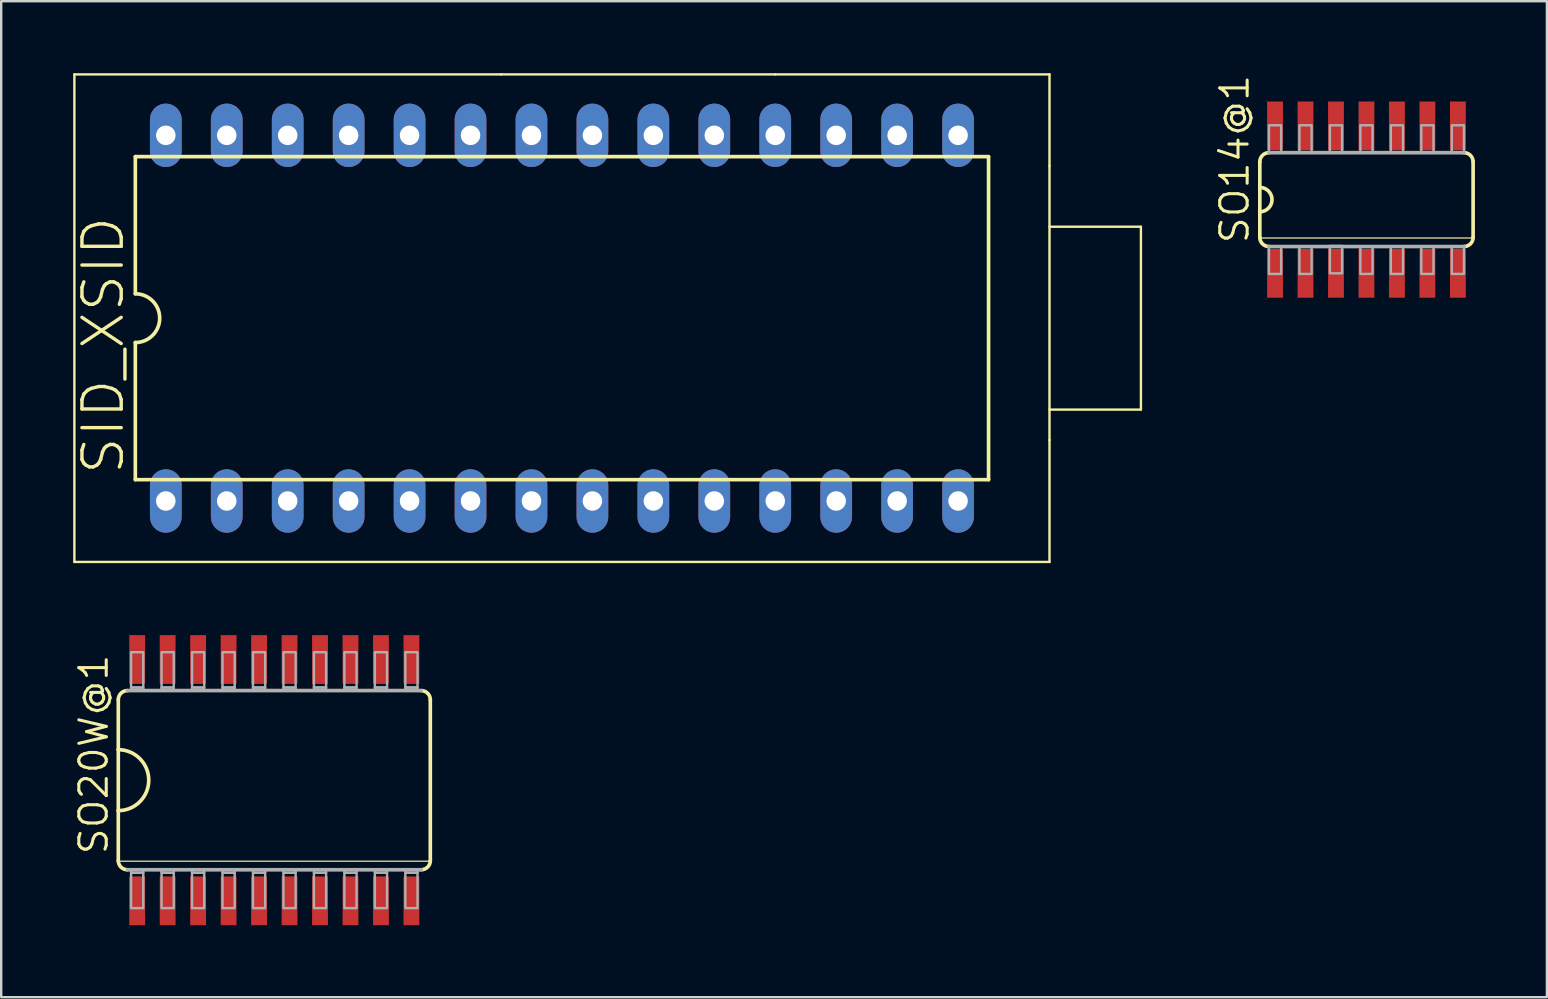
<source format=kicad_pcb>
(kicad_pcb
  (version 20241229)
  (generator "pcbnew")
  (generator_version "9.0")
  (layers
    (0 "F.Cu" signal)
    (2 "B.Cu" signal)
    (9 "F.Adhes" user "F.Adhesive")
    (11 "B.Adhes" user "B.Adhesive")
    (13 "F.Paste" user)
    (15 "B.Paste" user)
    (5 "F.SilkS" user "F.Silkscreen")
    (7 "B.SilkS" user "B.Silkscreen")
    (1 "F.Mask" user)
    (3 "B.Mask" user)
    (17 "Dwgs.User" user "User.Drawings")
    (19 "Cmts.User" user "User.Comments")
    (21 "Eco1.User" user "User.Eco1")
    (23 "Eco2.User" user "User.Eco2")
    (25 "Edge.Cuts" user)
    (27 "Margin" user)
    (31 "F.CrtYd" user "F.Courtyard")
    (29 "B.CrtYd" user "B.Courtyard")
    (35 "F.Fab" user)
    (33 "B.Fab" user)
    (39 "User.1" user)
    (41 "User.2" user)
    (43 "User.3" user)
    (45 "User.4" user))
  (footprint "SO14@1"
    (layer "F.Cu")
    (at 53.9 5.269)
    (property "Reference" "SO14@1" (at -4.826 1.905 90) (layer "F.SilkS") (effects (font (size 1.143 1.143) (thickness 0.127)) (justify left bottom)))
    (fp_line (start -4.445 -1.575) (end -4.445 -0.508) (stroke (width 0.152) (type solid)) (layer "F.SilkS"))
    (fp_line (start -4.445 -0.508) (end -4.445 0.508) (stroke (width 0.152) (type solid)) (layer "F.SilkS"))
    (fp_line (start -4.445 0.508) (end -4.445 1.575) (stroke (width 0.152) (type solid)) (layer "F.SilkS"))
    (fp_line (start -4.445 1.6) (end 4.445 1.6) (stroke (width 0.051) (type solid)) (layer "F.SilkS"))
    (fp_line (start 4.445 1.575) (end 4.445 -1.575) (stroke (width 0.152) (type solid)) (layer "F.SilkS"))
    (fp_arc (start -4.445 -1.5748) (mid -4.333408 -1.844208) (end -4.064 -1.9558) (stroke (width 0.1524) (type solid)) (layer "F.SilkS"))
    (fp_arc (start -4.445 -0.508) (mid -3.937 0) (end -4.445 0.508) (stroke (width 0.1524) (type solid)) (layer "F.SilkS"))
    (fp_arc (start -4.064 1.9558) (mid -4.333408 1.844208) (end -4.445 1.5748) (stroke (width 0.1524) (type solid)) (layer "F.SilkS"))
    (fp_arc (start 4.064 -1.9558) (mid 4.333408 -1.844208) (end 4.445 -1.5748) (stroke (width 0.1524) (type solid)) (layer "F.SilkS"))
    (fp_arc (start 4.445 1.5748) (mid 4.333408 1.844208) (end 4.064 1.9558) (stroke (width 0.1524) (type solid)) (layer "F.SilkS"))
    (fp_line (start -4.064 1.956) (end 4.064 1.956) (stroke (width 0.152) (type solid)) (layer "F.Fab"))
    (fp_line (start 4.064 -1.956) (end -4.064 -1.956) (stroke (width 0.152) (type solid)) (layer "F.Fab"))
    (fp_poly (pts (xy -4.064 -1.956) (xy -3.556 -1.956) (xy -3.556 -3.099) (xy -4.064 -3.099)) (stroke (width 0.1) (type default)) (fill no) (layer "F.Fab"))
    (fp_poly (pts (xy -4.064 3.099) (xy -3.556 3.099) (xy -3.556 1.956) (xy -4.064 1.956)) (stroke (width 0.1) (type default)) (fill no) (layer "F.Fab"))
    (fp_poly (pts (xy -2.794 -1.956) (xy -2.286 -1.956) (xy -2.286 -3.099) (xy -2.794 -3.099)) (stroke (width 0.1) (type default)) (fill no) (layer "F.Fab"))
    (fp_poly (pts (xy -2.794 3.099) (xy -2.286 3.099) (xy -2.286 1.956) (xy -2.794 1.956)) (stroke (width 0.1) (type default)) (fill no) (layer "F.Fab"))
    (fp_poly (pts (xy -1.524 -1.956) (xy -1.016 -1.956) (xy -1.016 -3.099) (xy -1.524 -3.099)) (stroke (width 0.1) (type default)) (fill no) (layer "F.Fab"))
    (fp_poly (pts (xy -1.524 3.073) (xy -1.016 3.073) (xy -1.016 1.93) (xy -1.524 1.93)) (stroke (width 0.1) (type default)) (fill no) (layer "F.Fab"))
    (fp_poly (pts (xy -0.254 -1.956) (xy 0.254 -1.956) (xy 0.254 -3.099) (xy -0.254 -3.099)) (stroke (width 0.1) (type default)) (fill no) (layer "F.Fab"))
    (fp_poly (pts (xy -0.254 3.099) (xy 0.254 3.099) (xy 0.254 1.956) (xy -0.254 1.956)) (stroke (width 0.1) (type default)) (fill no) (layer "F.Fab"))
    (fp_poly (pts (xy 1.016 -1.956) (xy 1.524 -1.956) (xy 1.524 -3.099) (xy 1.016 -3.099)) (stroke (width 0.1) (type default)) (fill no) (layer "F.Fab"))
    (fp_poly (pts (xy 1.016 3.099) (xy 1.524 3.099) (xy 1.524 1.956) (xy 1.016 1.956)) (stroke (width 0.1) (type default)) (fill no) (layer "F.Fab"))
    (fp_poly (pts (xy 2.286 -1.956) (xy 2.794 -1.956) (xy 2.794 -3.099) (xy 2.286 -3.099)) (stroke (width 0.1) (type default)) (fill no) (layer "F.Fab"))
    (fp_poly (pts (xy 2.286 3.099) (xy 2.794 3.099) (xy 2.794 1.956) (xy 2.286 1.956)) (stroke (width 0.1) (type default)) (fill no) (layer "F.Fab"))
    (fp_poly (pts (xy 3.556 -1.956) (xy 4.064 -1.956) (xy 4.064 -3.099) (xy 3.556 -3.099)) (stroke (width 0.1) (type default)) (fill no) (layer "F.Fab"))
    (fp_poly (pts (xy 3.556 3.099) (xy 4.064 3.099) (xy 4.064 1.956) (xy 3.556 1.956)) (stroke (width 0.1) (type default)) (fill no) (layer "F.Fab"))
    (pad "1" smd rect (at -3.81 3.073) (size 0.66 2.032) (layers "F.Cu" "F.Mask" "F.Paste"))
    (pad "2" smd rect (at -2.54 3.073) (size 0.66 2.032) (layers "F.Cu" "F.Mask" "F.Paste"))
    (pad "3" smd rect (at -1.27 3.073) (size 0.66 2.032) (layers "F.Cu" "F.Mask" "F.Paste"))
    (pad "4" smd rect (at 0 3.073) (size 0.66 2.032) (layers "F.Cu" "F.Mask" "F.Paste"))
    (pad "5" smd rect (at 1.27 3.073) (size 0.66 2.032) (layers "F.Cu" "F.Mask" "F.Paste"))
    (pad "6" smd rect (at 2.54 3.073) (size 0.66 2.032) (layers "F.Cu" "F.Mask" "F.Paste"))
    (pad "7" smd rect (at 3.81 3.073) (size 0.66 2.032) (layers "F.Cu" "F.Mask" "F.Paste"))
    (pad "8" smd rect (at 3.81 -3.073) (size 0.66 2.032) (layers "F.Cu" "F.Mask" "F.Paste"))
    (pad "9" smd rect (at 2.54 -3.073) (size 0.66 2.032) (layers "F.Cu" "F.Mask" "F.Paste"))
    (pad "10" smd rect (at 1.27 -3.073) (size 0.66 2.032) (layers "F.Cu" "F.Mask" "F.Paste"))
    (pad "11" smd rect (at 0 -3.073) (size 0.66 2.032) (layers "F.Cu" "F.Mask" "F.Paste"))
    (pad "12" smd rect (at -1.27 -3.073) (size 0.66 2.032) (layers "F.Cu" "F.Mask" "F.Paste"))
    (pad "13" smd rect (at -2.54 -3.073) (size 0.66 2.032) (layers "F.Cu" "F.Mask" "F.Paste"))
    (pad "14" smd rect (at -3.81 -3.073) (size 0.66 2.032) (layers "F.Cu" "F.Mask" "F.Paste")))
  (footprint "SID_XSID"
    (layer "F.Cu")
    (at 17.83 10.21)
    (property "Reference" "SID_XSID" (at -15.621 6.604 90) (layer "F.SilkS") (effects (font (size 1.636 1.636) (thickness 0.142)) (justify left bottom)))
    (fp_line (start -17.78 -10.16) (end -17.78 10.16) (stroke (width 0.1) (type default)) (layer "F.SilkS"))
    (fp_line (start -17.78 10.16) (end 22.86 10.16) (stroke (width 0.1) (type default)) (layer "F.SilkS"))
    (fp_line (start -15.24 -6.731) (end -15.24 -1.016) (stroke (width 0.152) (type solid)) (layer "F.SilkS"))
    (fp_line (start -15.24 6.731) (end -15.24 1.016) (stroke (width 0.152) (type solid)) (layer "F.SilkS"))
    (fp_line (start -15.24 6.731) (end 20.32 6.731) (stroke (width 0.152) (type solid)) (layer "F.SilkS"))
    (fp_line (start 0 -10.16) (end -17.78 -10.16) (stroke (width 0.1) (type default)) (layer "F.SilkS"))
    (fp_line (start 0 -10.16) (end 11.43 -10.16) (stroke (width 0.1) (type default)) (layer "F.SilkS"))
    (fp_line (start 20.32 -6.731) (end -15.24 -6.731) (stroke (width 0.152) (type solid)) (layer "F.SilkS"))
    (fp_line (start 20.32 -6.731) (end 20.32 6.731) (stroke (width 0.152) (type solid)) (layer "F.SilkS"))
    (fp_line (start 22.86 -10.16) (end 11.43 -10.16) (stroke (width 0.1) (type default)) (layer "F.SilkS"))
    (fp_line (start 22.86 -6.35) (end 22.86 -10.16) (stroke (width 0.1) (type default)) (layer "F.SilkS"))
    (fp_line (start 22.86 -6.35) (end 22.86 5.08) (stroke (width 0.1) (type default)) (layer "F.SilkS"))
    (fp_line (start 22.86 10.16) (end 22.86 5.08) (stroke (width 0.1) (type default)) (layer "F.SilkS"))
    (fp_line (start 26.67 -3.81) (end 22.86 -3.81) (stroke (width 0.1) (type default)) (layer "F.SilkS"))
    (fp_line (start 26.67 -3.81) (end 26.67 3.81) (stroke (width 0.1) (type default)) (layer "F.SilkS"))
    (fp_line (start 26.67 3.81) (end 22.86 3.81) (stroke (width 0.1) (type default)) (layer "F.SilkS"))
    (fp_arc (start -15.24 -1.016) (mid -14.224 0) (end -15.24 1.016) (stroke (width 0.1524) (type solid)) (layer "F.SilkS"))
    (pad "1" thru_hole oval (at -13.97 7.62 90) (size 2.642 1.321) (drill 0.813) (layers "*.Cu" "*.Mask"))
    (pad "2" thru_hole oval (at -11.43 7.62 90) (size 2.642 1.321) (drill 0.813) (layers "*.Cu" "*.Mask"))
    (pad "3" thru_hole oval (at -8.89 7.62 90) (size 2.642 1.321) (drill 0.813) (layers "*.Cu" "*.Mask"))
    (pad "4" thru_hole oval (at -6.35 7.62 90) (size 2.642 1.321) (drill 0.813) (layers "*.Cu" "*.Mask"))
    (pad "5" thru_hole oval (at -3.81 7.62 90) (size 2.642 1.321) (drill 0.813) (layers "*.Cu" "*.Mask"))
    (pad "6" thru_hole oval (at -1.27 7.62 90) (size 2.642 1.321) (drill 0.813) (layers "*.Cu" "*.Mask"))
    (pad "7" thru_hole oval (at 1.27 7.62 90) (size 2.642 1.321) (drill 0.813) (layers "*.Cu" "*.Mask"))
    (pad "8" thru_hole oval (at 3.81 7.62 90) (size 2.642 1.321) (drill 0.813) (layers "*.Cu" "*.Mask"))
    (pad "9" thru_hole oval (at 6.35 7.62 90) (size 2.642 1.321) (drill 0.813) (layers "*.Cu" "*.Mask"))
    (pad "10" thru_hole oval (at 8.89 7.62 90) (size 2.642 1.321) (drill 0.813) (layers "*.Cu" "*.Mask"))
    (pad "11" thru_hole oval (at 11.43 7.62 90) (size 2.642 1.321) (drill 0.813) (layers "*.Cu" "*.Mask"))
    (pad "12" thru_hole oval (at 13.97 7.62 90) (size 2.642 1.321) (drill 0.813) (layers "*.Cu" "*.Mask"))
    (pad "13" thru_hole oval (at 16.51 7.62 90) (size 2.642 1.321) (drill 0.813) (layers "*.Cu" "*.Mask"))
    (pad "14" thru_hole oval (at 19.05 7.62 90) (size 2.642 1.321) (drill 0.813) (layers "*.Cu" "*.Mask"))
    (pad "15" thru_hole oval (at 19.05 -7.62 90) (size 2.642 1.321) (drill 0.813) (layers "*.Cu" "*.Mask"))
    (pad "16" thru_hole oval (at 16.51 -7.62 90) (size 2.642 1.321) (drill 0.813) (layers "*.Cu" "*.Mask"))
    (pad "17" thru_hole oval (at 13.97 -7.62 90) (size 2.642 1.321) (drill 0.813) (layers "*.Cu" "*.Mask"))
    (pad "18" thru_hole oval (at 11.43 -7.62 90) (size 2.642 1.321) (drill 0.813) (layers "*.Cu" "*.Mask"))
    (pad "19" thru_hole oval (at 8.89 -7.62 90) (size 2.642 1.321) (drill 0.813) (layers "*.Cu" "*.Mask"))
    (pad "20" thru_hole oval (at 6.35 -7.62 90) (size 2.642 1.321) (drill 0.813) (layers "*.Cu" "*.Mask"))
    (pad "21" thru_hole oval (at 3.81 -7.62 90) (size 2.642 1.321) (drill 0.813) (layers "*.Cu" "*.Mask"))
    (pad "22" thru_hole oval (at 1.27 -7.62 90) (size 2.642 1.321) (drill 0.813) (layers "*.Cu" "*.Mask"))
    (pad "23" thru_hole oval (at -1.27 -7.62 90) (size 2.642 1.321) (drill 0.813) (layers "*.Cu" "*.Mask"))
    (pad "24" thru_hole oval (at -3.81 -7.62 90) (size 2.642 1.321) (drill 0.813) (layers "*.Cu" "*.Mask"))
    (pad "25" thru_hole oval (at -6.35 -7.62 90) (size 2.642 1.321) (drill 0.813) (layers "*.Cu" "*.Mask"))
    (pad "26" thru_hole oval (at -8.89 -7.62 90) (size 2.642 1.321) (drill 0.813) (layers "*.Cu" "*.Mask"))
    (pad "27" thru_hole oval (at -11.43 -7.62 90) (size 2.642 1.321) (drill 0.813) (layers "*.Cu" "*.Mask"))
    (pad "28" thru_hole oval (at -13.97 -7.62 90) (size 2.642 1.321) (drill 0.813) (layers "*.Cu" "*.Mask")))
  (footprint "SO20W@1"
    (layer "F.Cu")
    (at 8.382 29.465)
    (property "Reference" "SO20W@1" (at -6.858 3.175 90) (layer "F.SilkS") (effects (font (size 1.143 1.143) (thickness 0.127)) (justify left bottom)))
    (fp_line (start -6.502 -3.353) (end -6.502 -1.27) (stroke (width 0.152) (type solid)) (layer "F.SilkS"))
    (fp_line (start -6.502 -1.27) (end -6.502 1.27) (stroke (width 0.152) (type solid)) (layer "F.SilkS"))
    (fp_line (start -6.502 1.27) (end -6.502 3.353) (stroke (width 0.152) (type solid)) (layer "F.SilkS"))
    (fp_line (start -6.477 3.378) (end 6.477 3.378) (stroke (width 0.051) (type solid)) (layer "F.SilkS"))
    (fp_line (start 6.502 3.353) (end 6.502 -3.353) (stroke (width 0.152) (type solid)) (layer "F.SilkS"))
    (fp_arc (start -6.5024 -3.3528) (mid -6.390808 -3.622208) (end -6.1214 -3.7338) (stroke (width 0.1524) (type solid)) (layer "F.SilkS"))
    (fp_arc (start -6.5024 -1.27) (mid -5.2324 0) (end -6.5024 1.27) (stroke (width 0.1524) (type solid)) (layer "F.SilkS"))
    (fp_arc (start -6.1214 3.7338) (mid -6.390808 3.622208) (end -6.5024 3.3528) (stroke (width 0.1524) (type solid)) (layer "F.SilkS"))
    (fp_arc (start 6.1214 -3.7338) (mid 6.390808 -3.622208) (end 6.5024 -3.3528) (stroke (width 0.1524) (type solid)) (layer "F.SilkS"))
    (fp_arc (start 6.5024 3.3528) (mid 6.390808 3.622208) (end 6.1214 3.7338) (stroke (width 0.1524) (type solid)) (layer "F.SilkS"))
    (fp_line (start -6.121 3.734) (end 6.121 3.734) (stroke (width 0.152) (type solid)) (layer "F.Fab"))
    (fp_line (start 6.121 -3.734) (end -6.121 -3.734) (stroke (width 0.152) (type solid)) (layer "F.Fab"))
    (fp_poly (pts (xy -5.969 -3.861) (xy -5.461 -3.861) (xy -5.461 -5.334) (xy -5.969 -5.334)) (stroke (width 0.1) (type default)) (fill no) (layer "F.Fab"))
    (fp_poly (pts (xy -5.969 -3.734) (xy -5.461 -3.734) (xy -5.461 -3.861) (xy -5.969 -3.861)) (stroke (width 0.1) (type default)) (fill no) (layer "F.Fab"))
    (fp_poly (pts (xy -5.969 3.861) (xy -5.461 3.861) (xy -5.461 3.734) (xy -5.969 3.734)) (stroke (width 0.1) (type default)) (fill no) (layer "F.Fab"))
    (fp_poly (pts (xy -5.969 5.334) (xy -5.461 5.334) (xy -5.461 3.861) (xy -5.969 3.861)) (stroke (width 0.1) (type default)) (fill no) (layer "F.Fab"))
    (fp_poly (pts (xy -4.699 -3.861) (xy -4.191 -3.861) (xy -4.191 -5.334) (xy -4.699 -5.334)) (stroke (width 0.1) (type default)) (fill no) (layer "F.Fab"))
    (fp_poly (pts (xy -4.699 -3.734) (xy -4.191 -3.734) (xy -4.191 -3.861) (xy -4.699 -3.861)) (stroke (width 0.1) (type default)) (fill no) (layer "F.Fab"))
    (fp_poly (pts (xy -4.699 3.861) (xy -4.191 3.861) (xy -4.191 3.734) (xy -4.699 3.734)) (stroke (width 0.1) (type default)) (fill no) (layer "F.Fab"))
    (fp_poly (pts (xy -4.699 5.334) (xy -4.191 5.334) (xy -4.191 3.861) (xy -4.699 3.861)) (stroke (width 0.1) (type default)) (fill no) (layer "F.Fab"))
    (fp_poly (pts (xy -3.429 -3.861) (xy -2.921 -3.861) (xy -2.921 -5.334) (xy -3.429 -5.334)) (stroke (width 0.1) (type default)) (fill no) (layer "F.Fab"))
    (fp_poly (pts (xy -3.429 -3.734) (xy -2.921 -3.734) (xy -2.921 -3.861) (xy -3.429 -3.861)) (stroke (width 0.1) (type default)) (fill no) (layer "F.Fab"))
    (fp_poly (pts (xy -3.429 3.861) (xy -2.921 3.861) (xy -2.921 3.734) (xy -3.429 3.734)) (stroke (width 0.1) (type default)) (fill no) (layer "F.Fab"))
    (fp_poly (pts (xy -3.429 5.334) (xy -2.921 5.334) (xy -2.921 3.861) (xy -3.429 3.861)) (stroke (width 0.1) (type default)) (fill no) (layer "F.Fab"))
    (fp_poly (pts (xy -2.159 -3.861) (xy -1.651 -3.861) (xy -1.651 -5.334) (xy -2.159 -5.334)) (stroke (width 0.1) (type default)) (fill no) (layer "F.Fab"))
    (fp_poly (pts (xy -2.159 -3.734) (xy -1.651 -3.734) (xy -1.651 -3.861) (xy -2.159 -3.861)) (stroke (width 0.1) (type default)) (fill no) (layer "F.Fab"))
    (fp_poly (pts (xy -2.159 3.861) (xy -1.651 3.861) (xy -1.651 3.734) (xy -2.159 3.734)) (stroke (width 0.1) (type default)) (fill no) (layer "F.Fab"))
    (fp_poly (pts (xy -2.159 5.334) (xy -1.651 5.334) (xy -1.651 3.861) (xy -2.159 3.861)) (stroke (width 0.1) (type default)) (fill no) (layer "F.Fab"))
    (fp_poly (pts (xy -0.889 -3.861) (xy -0.381 -3.861) (xy -0.381 -5.334) (xy -0.889 -5.334)) (stroke (width 0.1) (type default)) (fill no) (layer "F.Fab"))
    (fp_poly (pts (xy -0.889 -3.734) (xy -0.381 -3.734) (xy -0.381 -3.861) (xy -0.889 -3.861)) (stroke (width 0.1) (type default)) (fill no) (layer "F.Fab"))
    (fp_poly (pts (xy -0.889 3.861) (xy -0.381 3.861) (xy -0.381 3.734) (xy -0.889 3.734)) (stroke (width 0.1) (type default)) (fill no) (layer "F.Fab"))
    (fp_poly (pts (xy -0.889 5.334) (xy -0.381 5.334) (xy -0.381 3.861) (xy -0.889 3.861)) (stroke (width 0.1) (type default)) (fill no) (layer "F.Fab"))
    (fp_poly (pts (xy 0.381 -3.861) (xy 0.889 -3.861) (xy 0.889 -5.334) (xy 0.381 -5.334)) (stroke (width 0.1) (type default)) (fill no) (layer "F.Fab"))
    (fp_poly (pts (xy 0.381 -3.734) (xy 0.889 -3.734) (xy 0.889 -3.861) (xy 0.381 -3.861)) (stroke (width 0.1) (type default)) (fill no) (layer "F.Fab"))
    (fp_poly (pts (xy 0.381 3.861) (xy 0.889 3.861) (xy 0.889 3.734) (xy 0.381 3.734)) (stroke (width 0.1) (type default)) (fill no) (layer "F.Fab"))
    (fp_poly (pts (xy 0.381 5.334) (xy 0.889 5.334) (xy 0.889 3.861) (xy 0.381 3.861)) (stroke (width 0.1) (type default)) (fill no) (layer "F.Fab"))
    (fp_poly (pts (xy 1.651 -3.861) (xy 2.159 -3.861) (xy 2.159 -5.334) (xy 1.651 -5.334)) (stroke (width 0.1) (type default)) (fill no) (layer "F.Fab"))
    (fp_poly (pts (xy 1.651 -3.734) (xy 2.159 -3.734) (xy 2.159 -3.861) (xy 1.651 -3.861)) (stroke (width 0.1) (type default)) (fill no) (layer "F.Fab"))
    (fp_poly (pts (xy 1.651 3.861) (xy 2.159 3.861) (xy 2.159 3.734) (xy 1.651 3.734)) (stroke (width 0.1) (type default)) (fill no) (layer "F.Fab"))
    (fp_poly (pts (xy 1.651 5.334) (xy 2.159 5.334) (xy 2.159 3.861) (xy 1.651 3.861)) (stroke (width 0.1) (type default)) (fill no) (layer "F.Fab"))
    (fp_poly (pts (xy 2.921 -3.861) (xy 3.429 -3.861) (xy 3.429 -5.334) (xy 2.921 -5.334)) (stroke (width 0.1) (type default)) (fill no) (layer "F.Fab"))
    (fp_poly (pts (xy 2.921 -3.734) (xy 3.429 -3.734) (xy 3.429 -3.861) (xy 2.921 -3.861)) (stroke (width 0.1) (type default)) (fill no) (layer "F.Fab"))
    (fp_poly (pts (xy 2.921 3.861) (xy 3.429 3.861) (xy 3.429 3.734) (xy 2.921 3.734)) (stroke (width 0.1) (type default)) (fill no) (layer "F.Fab"))
    (fp_poly (pts (xy 2.921 5.334) (xy 3.429 5.334) (xy 3.429 3.861) (xy 2.921 3.861)) (stroke (width 0.1) (type default)) (fill no) (layer "F.Fab"))
    (fp_poly (pts (xy 4.191 -3.861) (xy 4.699 -3.861) (xy 4.699 -5.334) (xy 4.191 -5.334)) (stroke (width 0.1) (type default)) (fill no) (layer "F.Fab"))
    (fp_poly (pts (xy 4.191 -3.734) (xy 4.699 -3.734) (xy 4.699 -3.861) (xy 4.191 -3.861)) (stroke (width 0.1) (type default)) (fill no) (layer "F.Fab"))
    (fp_poly (pts (xy 4.191 3.861) (xy 4.699 3.861) (xy 4.699 3.734) (xy 4.191 3.734)) (stroke (width 0.1) (type default)) (fill no) (layer "F.Fab"))
    (fp_poly (pts (xy 4.191 5.334) (xy 4.699 5.334) (xy 4.699 3.861) (xy 4.191 3.861)) (stroke (width 0.1) (type default)) (fill no) (layer "F.Fab"))
    (fp_poly (pts (xy 5.461 -3.861) (xy 5.969 -3.861) (xy 5.969 -5.334) (xy 5.461 -5.334)) (stroke (width 0.1) (type default)) (fill no) (layer "F.Fab"))
    (fp_poly (pts (xy 5.461 -3.734) (xy 5.969 -3.734) (xy 5.969 -3.861) (xy 5.461 -3.861)) (stroke (width 0.1) (type default)) (fill no) (layer "F.Fab"))
    (fp_poly (pts (xy 5.461 3.861) (xy 5.969 3.861) (xy 5.969 3.734) (xy 5.461 3.734)) (stroke (width 0.1) (type default)) (fill no) (layer "F.Fab"))
    (fp_poly (pts (xy 5.461 5.334) (xy 5.969 5.334) (xy 5.969 3.861) (xy 5.461 3.861)) (stroke (width 0.1) (type default)) (fill no) (layer "F.Fab"))
    (pad "1" smd rect (at -5.715 5.029) (size 0.66 2.032) (layers "F.Cu" "F.Mask" "F.Paste"))
    (pad "2" smd rect (at -4.445 5.029) (size 0.66 2.032) (layers "F.Cu" "F.Mask" "F.Paste"))
    (pad "3" smd rect (at -3.175 5.029) (size 0.66 2.032) (layers "F.Cu" "F.Mask" "F.Paste"))
    (pad "4" smd rect (at -1.905 5.029) (size 0.66 2.032) (layers "F.Cu" "F.Mask" "F.Paste"))
    (pad "5" smd rect (at -0.635 5.029) (size 0.66 2.032) (layers "F.Cu" "F.Mask" "F.Paste"))
    (pad "6" smd rect (at 0.635 5.029) (size 0.66 2.032) (layers "F.Cu" "F.Mask" "F.Paste"))
    (pad "7" smd rect (at 1.905 5.029) (size 0.66 2.032) (layers "F.Cu" "F.Mask" "F.Paste"))
    (pad "8" smd rect (at 3.175 5.029) (size 0.66 2.032) (layers "F.Cu" "F.Mask" "F.Paste"))
    (pad "9" smd rect (at 4.445 5.029) (size 0.66 2.032) (layers "F.Cu" "F.Mask" "F.Paste"))
    (pad "10" smd rect (at 5.715 5.029) (size 0.66 2.032) (layers "F.Cu" "F.Mask" "F.Paste"))
    (pad "11" smd rect (at 5.715 -5.029) (size 0.66 2.032) (layers "F.Cu" "F.Mask" "F.Paste"))
    (pad "12" smd rect (at 4.445 -5.029) (size 0.66 2.032) (layers "F.Cu" "F.Mask" "F.Paste"))
    (pad "13" smd rect (at 3.175 -5.029) (size 0.66 2.032) (layers "F.Cu" "F.Mask" "F.Paste"))
    (pad "14" smd rect (at 1.905 -5.029) (size 0.66 2.032) (layers "F.Cu" "F.Mask" "F.Paste"))
    (pad "15" smd rect (at 0.635 -5.029) (size 0.66 2.032) (layers "F.Cu" "F.Mask" "F.Paste"))
    (pad "16" smd rect (at -0.635 -5.029) (size 0.66 2.032) (layers "F.Cu" "F.Mask" "F.Paste"))
    (pad "17" smd rect (at -1.905 -5.029) (size 0.66 2.032) (layers "F.Cu" "F.Mask" "F.Paste"))
    (pad "18" smd rect (at -3.175 -5.029) (size 0.66 2.032) (layers "F.Cu" "F.Mask" "F.Paste"))
    (pad "19" smd rect (at -4.445 -5.029) (size 0.66 2.032) (layers "F.Cu" "F.Mask" "F.Paste"))
    (pad "20" smd rect (at -5.715 -5.029) (size 0.66 2.032) (layers "F.Cu" "F.Mask" "F.Paste")))
  (gr_rect
    (start -3 -3)
    (end 61.421 38.51)
    (stroke (width 0.1) (type default))
    (fill no)
    (layer "Edge.Cuts")))
</source>
